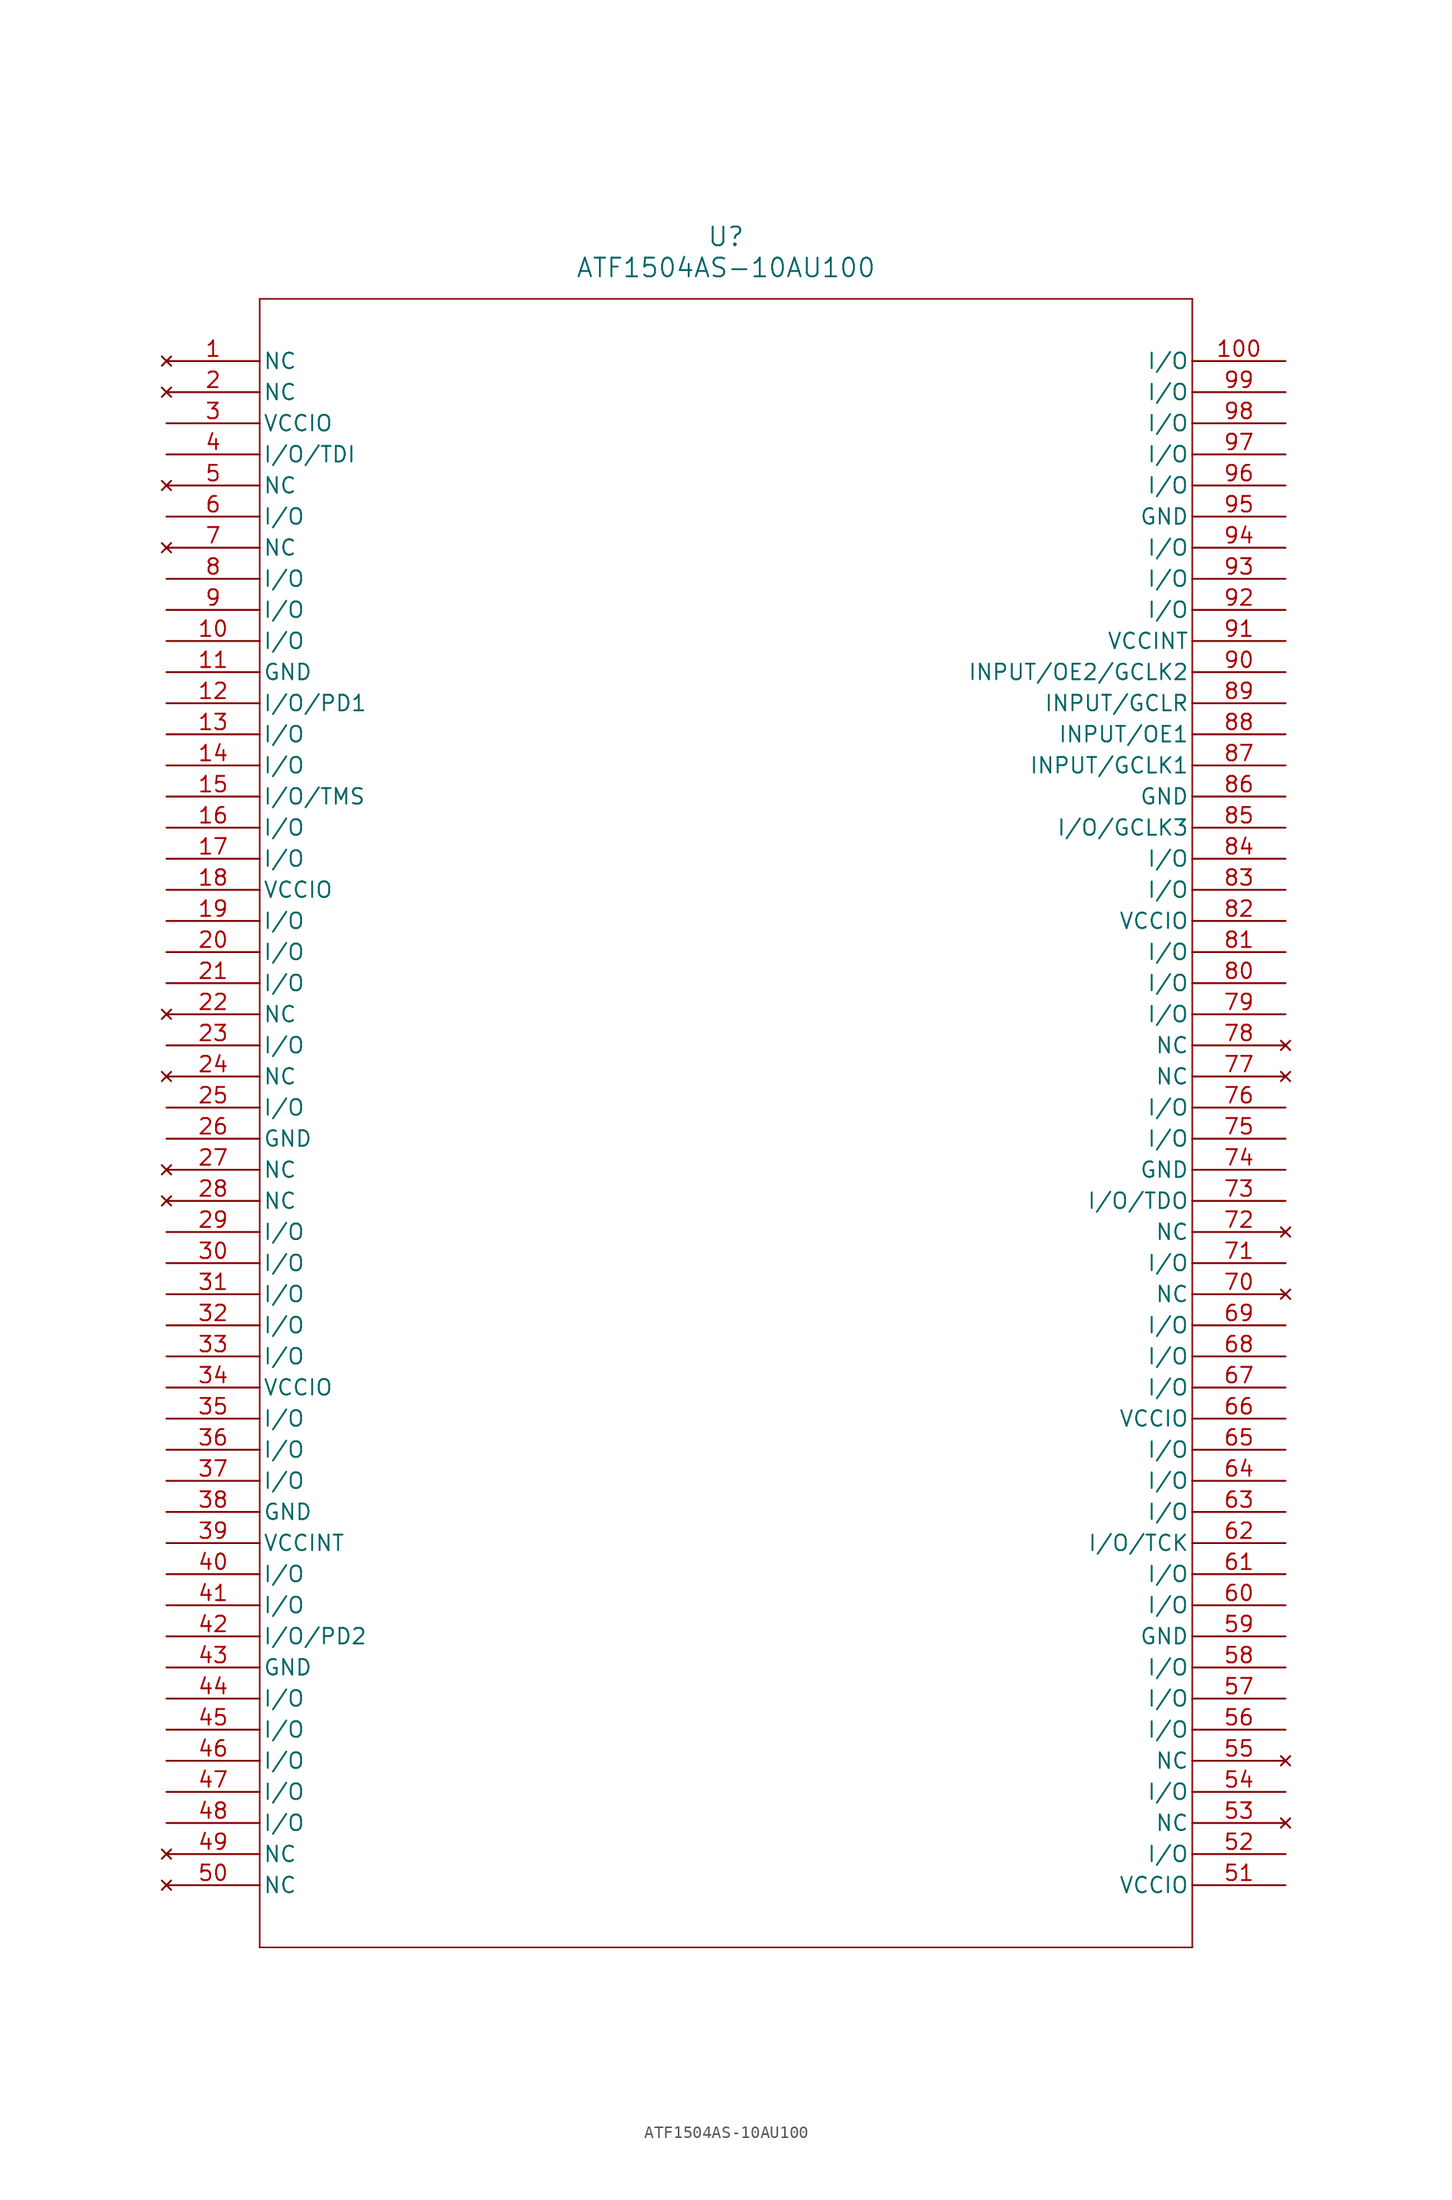
<source format=kicad_sym>
(kicad_symbol_lib
  (version 20241209)
  (generator "kicad_symbol_editor")
  (generator_version "9.0")
  (symbol "ATF1504AS-10AU100"
    (pin_names
      (offset 0.254))
    (property "Reference" "U"
      (at 45.72 10.16 0)
      (effects (font (size 1.524 1.524))))
    (property "Value" "ATF1504AS-10AU100"
      (at 45.72 7.62 0)
      (effects (font (size 1.524 1.524))))
    (property "ki_locked" ""
      (at 0 0 0)
      (effects (font (size 1.27 1.27))))
    (symbol "ATF1504AS-10AU100_0_1"
      (polyline (pts (xy 7.62 5.08) (xy 7.62 -129.54)) (stroke (width 0.127) (type default)) (fill (type none)))
      (polyline (pts (xy 7.62 -129.54) (xy 83.82 -129.54)) (stroke (width 0.127) (type default)) (fill (type none)))
      (polyline (pts (xy 83.82 5.08) (xy 7.62 5.08)) (stroke (width 0.127) (type default)) (fill (type none)))
      (polyline (pts (xy 83.82 -129.54) (xy 83.82 5.08)) (stroke (width 0.127) (type default)) (fill (type none)))
      (pin no_connect line (at 0 0 0) (length 7.62) (name "NC" (effects (font (size 1.27 1.27)))) (number "1" (effects (font (size 1.27 1.27)))))
      (pin no_connect line (at 0 -2.54 0) (length 7.62) (name "NC" (effects (font (size 1.27 1.27)))) (number "2" (effects (font (size 1.27 1.27)))))
      (pin power_in line (at 0 -5.08 0) (length 7.62) (name "VCCIO" (effects (font (size 1.27 1.27)))) (number "3" (effects (font (size 1.27 1.27)))))
      (pin bidirectional line (at 0 -7.62 0) (length 7.62) (name "I/O/TDI" (effects (font (size 1.27 1.27)))) (number "4" (effects (font (size 1.27 1.27)))))
      (pin no_connect line (at 0 -10.16 0) (length 7.62) (name "NC" (effects (font (size 1.27 1.27)))) (number "5" (effects (font (size 1.27 1.27)))))
      (pin bidirectional line (at 0 -12.7 0) (length 7.62) (name "I/O" (effects (font (size 1.27 1.27)))) (number "6" (effects (font (size 1.27 1.27)))))
      (pin no_connect line (at 0 -15.24 0) (length 7.62) (name "NC" (effects (font (size 1.27 1.27)))) (number "7" (effects (font (size 1.27 1.27)))))
      (pin bidirectional line (at 0 -17.78 0) (length 7.62) (name "I/O" (effects (font (size 1.27 1.27)))) (number "8" (effects (font (size 1.27 1.27)))))
      (pin bidirectional line (at 0 -20.32 0) (length 7.62) (name "I/O" (effects (font (size 1.27 1.27)))) (number "9" (effects (font (size 1.27 1.27)))))
      (pin bidirectional line (at 0 -22.86 0) (length 7.62) (name "I/O" (effects (font (size 1.27 1.27)))) (number "10" (effects (font (size 1.27 1.27)))))
      (pin power_in line (at 0 -25.4 0) (length 7.62) (name "GND" (effects (font (size 1.27 1.27)))) (number "11" (effects (font (size 1.27 1.27)))))
      (pin bidirectional line (at 0 -27.94 0) (length 7.62) (name "I/O/PD1" (effects (font (size 1.27 1.27)))) (number "12" (effects (font (size 1.27 1.27)))))
      (pin bidirectional line (at 0 -30.48 0) (length 7.62) (name "I/O" (effects (font (size 1.27 1.27)))) (number "13" (effects (font (size 1.27 1.27)))))
      (pin bidirectional line (at 0 -33.02 0) (length 7.62) (name "I/O" (effects (font (size 1.27 1.27)))) (number "14" (effects (font (size 1.27 1.27)))))
      (pin bidirectional line (at 0 -35.56 0) (length 7.62) (name "I/O/TMS" (effects (font (size 1.27 1.27)))) (number "15" (effects (font (size 1.27 1.27)))))
      (pin bidirectional line (at 0 -38.1 0) (length 7.62) (name "I/O" (effects (font (size 1.27 1.27)))) (number "16" (effects (font (size 1.27 1.27)))))
      (pin bidirectional line (at 0 -40.64 0) (length 7.62) (name "I/O" (effects (font (size 1.27 1.27)))) (number "17" (effects (font (size 1.27 1.27)))))
      (pin power_in line (at 0 -43.18 0) (length 7.62) (name "VCCIO" (effects (font (size 1.27 1.27)))) (number "18" (effects (font (size 1.27 1.27)))))
      (pin bidirectional line (at 0 -45.72 0) (length 7.62) (name "I/O" (effects (font (size 1.27 1.27)))) (number "19" (effects (font (size 1.27 1.27)))))
      (pin bidirectional line (at 0 -48.26 0) (length 7.62) (name "I/O" (effects (font (size 1.27 1.27)))) (number "20" (effects (font (size 1.27 1.27)))))
      (pin bidirectional line (at 0 -50.8 0) (length 7.62) (name "I/O" (effects (font (size 1.27 1.27)))) (number "21" (effects (font (size 1.27 1.27)))))
      (pin no_connect line (at 0 -53.34 0) (length 7.62) (name "NC" (effects (font (size 1.27 1.27)))) (number "22" (effects (font (size 1.27 1.27)))))
      (pin bidirectional line (at 0 -55.88 0) (length 7.62) (name "I/O" (effects (font (size 1.27 1.27)))) (number "23" (effects (font (size 1.27 1.27)))))
      (pin no_connect line (at 0 -58.42 0) (length 7.62) (name "NC" (effects (font (size 1.27 1.27)))) (number "24" (effects (font (size 1.27 1.27)))))
      (pin bidirectional line (at 0 -60.96 0) (length 7.62) (name "I/O" (effects (font (size 1.27 1.27)))) (number "25" (effects (font (size 1.27 1.27)))))
      (pin power_in line (at 0 -63.5 0) (length 7.62) (name "GND" (effects (font (size 1.27 1.27)))) (number "26" (effects (font (size 1.27 1.27)))))
      (pin no_connect line (at 0 -66.04 0) (length 7.62) (name "NC" (effects (font (size 1.27 1.27)))) (number "27" (effects (font (size 1.27 1.27)))))
      (pin no_connect line (at 0 -68.58 0) (length 7.62) (name "NC" (effects (font (size 1.27 1.27)))) (number "28" (effects (font (size 1.27 1.27)))))
      (pin bidirectional line (at 0 -71.12 0) (length 7.62) (name "I/O" (effects (font (size 1.27 1.27)))) (number "29" (effects (font (size 1.27 1.27)))))
      (pin bidirectional line (at 0 -73.66 0) (length 7.62) (name "I/O" (effects (font (size 1.27 1.27)))) (number "30" (effects (font (size 1.27 1.27)))))
      (pin bidirectional line (at 0 -76.2 0) (length 7.62) (name "I/O" (effects (font (size 1.27 1.27)))) (number "31" (effects (font (size 1.27 1.27)))))
      (pin bidirectional line (at 0 -78.74 0) (length 7.62) (name "I/O" (effects (font (size 1.27 1.27)))) (number "32" (effects (font (size 1.27 1.27)))))
      (pin bidirectional line (at 0 -81.28 0) (length 7.62) (name "I/O" (effects (font (size 1.27 1.27)))) (number "33" (effects (font (size 1.27 1.27)))))
      (pin power_in line (at 0 -83.82 0) (length 7.62) (name "VCCIO" (effects (font (size 1.27 1.27)))) (number "34" (effects (font (size 1.27 1.27)))))
      (pin bidirectional line (at 0 -86.36 0) (length 7.62) (name "I/O" (effects (font (size 1.27 1.27)))) (number "35" (effects (font (size 1.27 1.27)))))
      (pin bidirectional line (at 0 -88.9 0) (length 7.62) (name "I/O" (effects (font (size 1.27 1.27)))) (number "36" (effects (font (size 1.27 1.27)))))
      (pin bidirectional line (at 0 -91.44 0) (length 7.62) (name "I/O" (effects (font (size 1.27 1.27)))) (number "37" (effects (font (size 1.27 1.27)))))
      (pin power_in line (at 0 -93.98 0) (length 7.62) (name "GND" (effects (font (size 1.27 1.27)))) (number "38" (effects (font (size 1.27 1.27)))))
      (pin power_in line (at 0 -96.52 0) (length 7.62) (name "VCCINT" (effects (font (size 1.27 1.27)))) (number "39" (effects (font (size 1.27 1.27)))))
      (pin bidirectional line (at 0 -99.06 0) (length 7.62) (name "I/O" (effects (font (size 1.27 1.27)))) (number "40" (effects (font (size 1.27 1.27)))))
      (pin bidirectional line (at 0 -101.6 0) (length 7.62) (name "I/O" (effects (font (size 1.27 1.27)))) (number "41" (effects (font (size 1.27 1.27)))))
      (pin bidirectional line (at 0 -104.14 0) (length 7.62) (name "I/O/PD2" (effects (font (size 1.27 1.27)))) (number "42" (effects (font (size 1.27 1.27)))))
      (pin power_in line (at 0 -106.68 0) (length 7.62) (name "GND" (effects (font (size 1.27 1.27)))) (number "43" (effects (font (size 1.27 1.27)))))
      (pin bidirectional line (at 0 -109.22 0) (length 7.62) (name "I/O" (effects (font (size 1.27 1.27)))) (number "44" (effects (font (size 1.27 1.27)))))
      (pin bidirectional line (at 0 -111.76 0) (length 7.62) (name "I/O" (effects (font (size 1.27 1.27)))) (number "45" (effects (font (size 1.27 1.27)))))
      (pin bidirectional line (at 0 -114.3 0) (length 7.62) (name "I/O" (effects (font (size 1.27 1.27)))) (number "46" (effects (font (size 1.27 1.27)))))
      (pin bidirectional line (at 0 -116.84 0) (length 7.62) (name "I/O" (effects (font (size 1.27 1.27)))) (number "47" (effects (font (size 1.27 1.27)))))
      (pin bidirectional line (at 0 -119.38 0) (length 7.62) (name "I/O" (effects (font (size 1.27 1.27)))) (number "48" (effects (font (size 1.27 1.27)))))
      (pin no_connect line (at 0 -121.92 0) (length 7.62) (name "NC" (effects (font (size 1.27 1.27)))) (number "49" (effects (font (size 1.27 1.27)))))
      (pin no_connect line (at 0 -124.46 0) (length 7.62) (name "NC" (effects (font (size 1.27 1.27)))) (number "50" (effects (font (size 1.27 1.27)))))
      (pin bidirectional line (at 91.44 0 180) (length 7.62) (name "I/O" (effects (font (size 1.27 1.27)))) (number "100" (effects (font (size 1.27 1.27)))))
      (pin bidirectional line (at 91.44 -2.54 180) (length 7.62) (name "I/O" (effects (font (size 1.27 1.27)))) (number "99" (effects (font (size 1.27 1.27)))))
      (pin bidirectional line (at 91.44 -5.08 180) (length 7.62) (name "I/O" (effects (font (size 1.27 1.27)))) (number "98" (effects (font (size 1.27 1.27)))))
      (pin bidirectional line (at 91.44 -7.62 180) (length 7.62) (name "I/O" (effects (font (size 1.27 1.27)))) (number "97" (effects (font (size 1.27 1.27)))))
      (pin bidirectional line (at 91.44 -10.16 180) (length 7.62) (name "I/O" (effects (font (size 1.27 1.27)))) (number "96" (effects (font (size 1.27 1.27)))))
      (pin power_in line (at 91.44 -12.7 180) (length 7.62) (name "GND" (effects (font (size 1.27 1.27)))) (number "95" (effects (font (size 1.27 1.27)))))
      (pin bidirectional line (at 91.44 -15.24 180) (length 7.62) (name "I/O" (effects (font (size 1.27 1.27)))) (number "94" (effects (font (size 1.27 1.27)))))
      (pin bidirectional line (at 91.44 -17.78 180) (length 7.62) (name "I/O" (effects (font (size 1.27 1.27)))) (number "93" (effects (font (size 1.27 1.27)))))
      (pin bidirectional line (at 91.44 -20.32 180) (length 7.62) (name "I/O" (effects (font (size 1.27 1.27)))) (number "92" (effects (font (size 1.27 1.27)))))
      (pin power_in line (at 91.44 -22.86 180) (length 7.62) (name "VCCINT" (effects (font (size 1.27 1.27)))) (number "91" (effects (font (size 1.27 1.27)))))
      (pin bidirectional line (at 91.44 -25.4 180) (length 7.62) (name "INPUT/OE2/GCLK2" (effects (font (size 1.27 1.27)))) (number "90" (effects (font (size 1.27 1.27)))))
      (pin bidirectional line (at 91.44 -27.94 180) (length 7.62) (name "INPUT/GCLR" (effects (font (size 1.27 1.27)))) (number "89" (effects (font (size 1.27 1.27)))))
      (pin bidirectional line (at 91.44 -30.48 180) (length 7.62) (name "INPUT/OE1" (effects (font (size 1.27 1.27)))) (number "88" (effects (font (size 1.27 1.27)))))
      (pin bidirectional line (at 91.44 -33.02 180) (length 7.62) (name "INPUT/GCLK1" (effects (font (size 1.27 1.27)))) (number "87" (effects (font (size 1.27 1.27)))))
      (pin power_in line (at 91.44 -35.56 180) (length 7.62) (name "GND" (effects (font (size 1.27 1.27)))) (number "86" (effects (font (size 1.27 1.27)))))
      (pin bidirectional line (at 91.44 -38.1 180) (length 7.62) (name "I/O/GCLK3" (effects (font (size 1.27 1.27)))) (number "85" (effects (font (size 1.27 1.27)))))
      (pin bidirectional line (at 91.44 -40.64 180) (length 7.62) (name "I/O" (effects (font (size 1.27 1.27)))) (number "84" (effects (font (size 1.27 1.27)))))
      (pin bidirectional line (at 91.44 -43.18 180) (length 7.62) (name "I/O" (effects (font (size 1.27 1.27)))) (number "83" (effects (font (size 1.27 1.27)))))
      (pin power_in line (at 91.44 -45.72 180) (length 7.62) (name "VCCIO" (effects (font (size 1.27 1.27)))) (number "82" (effects (font (size 1.27 1.27)))))
      (pin bidirectional line (at 91.44 -48.26 180) (length 7.62) (name "I/O" (effects (font (size 1.27 1.27)))) (number "81" (effects (font (size 1.27 1.27)))))
      (pin bidirectional line (at 91.44 -50.8 180) (length 7.62) (name "I/O" (effects (font (size 1.27 1.27)))) (number "80" (effects (font (size 1.27 1.27)))))
      (pin bidirectional line (at 91.44 -53.34 180) (length 7.62) (name "I/O" (effects (font (size 1.27 1.27)))) (number "79" (effects (font (size 1.27 1.27)))))
      (pin no_connect line (at 91.44 -55.88 180) (length 7.62) (name "NC" (effects (font (size 1.27 1.27)))) (number "78" (effects (font (size 1.27 1.27)))))
      (pin no_connect line (at 91.44 -58.42 180) (length 7.62) (name "NC" (effects (font (size 1.27 1.27)))) (number "77" (effects (font (size 1.27 1.27)))))
      (pin bidirectional line (at 91.44 -60.96 180) (length 7.62) (name "I/O" (effects (font (size 1.27 1.27)))) (number "76" (effects (font (size 1.27 1.27)))))
      (pin bidirectional line (at 91.44 -63.5 180) (length 7.62) (name "I/O" (effects (font (size 1.27 1.27)))) (number "75" (effects (font (size 1.27 1.27)))))
      (pin power_in line (at 91.44 -66.04 180) (length 7.62) (name "GND" (effects (font (size 1.27 1.27)))) (number "74" (effects (font (size 1.27 1.27)))))
      (pin bidirectional line (at 91.44 -68.58 180) (length 7.62) (name "I/O/TDO" (effects (font (size 1.27 1.27)))) (number "73" (effects (font (size 1.27 1.27)))))
      (pin no_connect line (at 91.44 -71.12 180) (length 7.62) (name "NC" (effects (font (size 1.27 1.27)))) (number "72" (effects (font (size 1.27 1.27)))))
      (pin bidirectional line (at 91.44 -73.66 180) (length 7.62) (name "I/O" (effects (font (size 1.27 1.27)))) (number "71" (effects (font (size 1.27 1.27)))))
      (pin no_connect line (at 91.44 -76.2 180) (length 7.62) (name "NC" (effects (font (size 1.27 1.27)))) (number "70" (effects (font (size 1.27 1.27)))))
      (pin bidirectional line (at 91.44 -78.74 180) (length 7.62) (name "I/O" (effects (font (size 1.27 1.27)))) (number "69" (effects (font (size 1.27 1.27)))))
      (pin bidirectional line (at 91.44 -81.28 180) (length 7.62) (name "I/O" (effects (font (size 1.27 1.27)))) (number "68" (effects (font (size 1.27 1.27)))))
      (pin bidirectional line (at 91.44 -83.82 180) (length 7.62) (name "I/O" (effects (font (size 1.27 1.27)))) (number "67" (effects (font (size 1.27 1.27)))))
      (pin power_in line (at 91.44 -86.36 180) (length 7.62) (name "VCCIO" (effects (font (size 1.27 1.27)))) (number "66" (effects (font (size 1.27 1.27)))))
      (pin bidirectional line (at 91.44 -88.9 180) (length 7.62) (name "I/O" (effects (font (size 1.27 1.27)))) (number "65" (effects (font (size 1.27 1.27)))))
      (pin bidirectional line (at 91.44 -91.44 180) (length 7.62) (name "I/O" (effects (font (size 1.27 1.27)))) (number "64" (effects (font (size 1.27 1.27)))))
      (pin bidirectional line (at 91.44 -93.98 180) (length 7.62) (name "I/O" (effects (font (size 1.27 1.27)))) (number "63" (effects (font (size 1.27 1.27)))))
      (pin bidirectional line (at 91.44 -96.52 180) (length 7.62) (name "I/O/TCK" (effects (font (size 1.27 1.27)))) (number "62" (effects (font (size 1.27 1.27)))))
      (pin bidirectional line (at 91.44 -99.06 180) (length 7.62) (name "I/O" (effects (font (size 1.27 1.27)))) (number "61" (effects (font (size 1.27 1.27)))))
      (pin bidirectional line (at 91.44 -101.6 180) (length 7.62) (name "I/O" (effects (font (size 1.27 1.27)))) (number "60" (effects (font (size 1.27 1.27)))))
      (pin power_in line (at 91.44 -104.14 180) (length 7.62) (name "GND" (effects (font (size 1.27 1.27)))) (number "59" (effects (font (size 1.27 1.27)))))
      (pin bidirectional line (at 91.44 -106.68 180) (length 7.62) (name "I/O" (effects (font (size 1.27 1.27)))) (number "58" (effects (font (size 1.27 1.27)))))
      (pin bidirectional line (at 91.44 -109.22 180) (length 7.62) (name "I/O" (effects (font (size 1.27 1.27)))) (number "57" (effects (font (size 1.27 1.27)))))
      (pin bidirectional line (at 91.44 -111.76 180) (length 7.62) (name "I/O" (effects (font (size 1.27 1.27)))) (number "56" (effects (font (size 1.27 1.27)))))
      (pin no_connect line (at 91.44 -114.3 180) (length 7.62) (name "NC" (effects (font (size 1.27 1.27)))) (number "55" (effects (font (size 1.27 1.27)))))
      (pin bidirectional line (at 91.44 -116.84 180) (length 7.62) (name "I/O" (effects (font (size 1.27 1.27)))) (number "54" (effects (font (size 1.27 1.27)))))
      (pin no_connect line (at 91.44 -119.38 180) (length 7.62) (name "NC" (effects (font (size 1.27 1.27)))) (number "53" (effects (font (size 1.27 1.27)))))
      (pin bidirectional line (at 91.44 -121.92 180) (length 7.62) (name "I/O" (effects (font (size 1.27 1.27)))) (number "52" (effects (font (size 1.27 1.27)))))
      (pin power_in line (at 91.44 -124.46 180) (length 7.62) (name "VCCIO" (effects (font (size 1.27 1.27)))) (number "51" (effects (font (size 1.27 1.27))))))))
</source>
